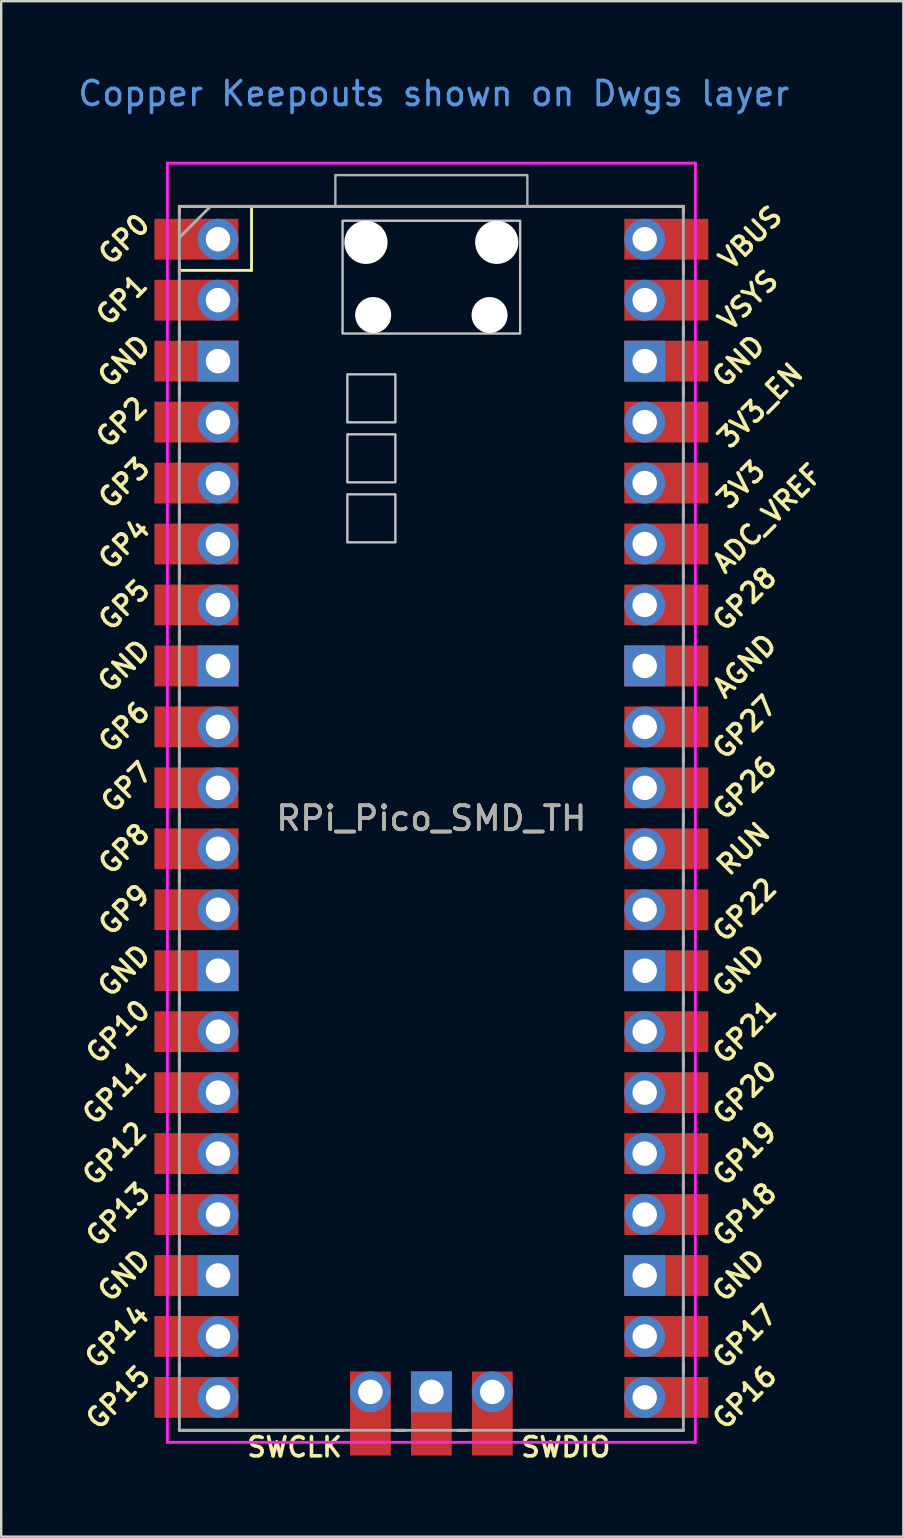
<source format=kicad_pcb>
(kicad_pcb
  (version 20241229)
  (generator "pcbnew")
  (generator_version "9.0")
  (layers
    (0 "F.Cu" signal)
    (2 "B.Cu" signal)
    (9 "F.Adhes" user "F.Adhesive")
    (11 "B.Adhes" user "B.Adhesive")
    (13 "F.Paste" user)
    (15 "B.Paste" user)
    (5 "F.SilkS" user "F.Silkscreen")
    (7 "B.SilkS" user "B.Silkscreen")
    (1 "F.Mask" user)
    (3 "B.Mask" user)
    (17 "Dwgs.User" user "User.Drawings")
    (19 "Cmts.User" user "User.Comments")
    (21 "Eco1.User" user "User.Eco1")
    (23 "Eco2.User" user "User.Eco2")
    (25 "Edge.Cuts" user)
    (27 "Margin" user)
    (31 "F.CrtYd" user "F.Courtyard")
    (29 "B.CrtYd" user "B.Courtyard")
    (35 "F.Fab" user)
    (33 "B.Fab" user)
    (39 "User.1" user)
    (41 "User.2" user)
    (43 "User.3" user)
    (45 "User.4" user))
  (footprint "RPi_Pico_SMD_TH"
    (layer "F.Cu")
    (at 14.924 31.048)
    (property "Reference" "RPi_Pico_SMD_TH" (at 0 0 0) (layer "F.SilkS") (effects (font (size 1 1) (thickness 0.15))))
    (attr through_hole)
    (fp_line (start -10.5 -25.5) (end -10.5 -25.2) (stroke (width 0.12) (type solid)) (layer "F.SilkS"))
    (fp_line (start -10.5 -25.5) (end 10.5 -25.5) (stroke (width 0.12) (type solid)) (layer "F.SilkS"))
    (fp_line (start -10.5 -23.1) (end -10.5 -22.7) (stroke (width 0.12) (type solid)) (layer "F.SilkS"))
    (fp_line (start -10.5 -22.833) (end -7.493 -22.833) (stroke (width 0.12) (type solid)) (layer "F.SilkS"))
    (fp_line (start -10.5 -20.5) (end -10.5 -20.1) (stroke (width 0.12) (type solid)) (layer "F.SilkS"))
    (fp_line (start -10.5 -18) (end -10.5 -17.6) (stroke (width 0.12) (type solid)) (layer "F.SilkS"))
    (fp_line (start -10.5 -15.4) (end -10.5 -15) (stroke (width 0.12) (type solid)) (layer "F.SilkS"))
    (fp_line (start -10.5 -12.9) (end -10.5 -12.5) (stroke (width 0.12) (type solid)) (layer "F.SilkS"))
    (fp_line (start -10.5 -10.4) (end -10.5 -10) (stroke (width 0.12) (type solid)) (layer "F.SilkS"))
    (fp_line (start -10.5 -7.8) (end -10.5 -7.4) (stroke (width 0.12) (type solid)) (layer "F.SilkS"))
    (fp_line (start -10.5 -5.3) (end -10.5 -4.9) (stroke (width 0.12) (type solid)) (layer "F.SilkS"))
    (fp_line (start -10.5 -2.7) (end -10.5 -2.3) (stroke (width 0.12) (type solid)) (layer "F.SilkS"))
    (fp_line (start -10.5 -0.2) (end -10.5 0.2) (stroke (width 0.12) (type solid)) (layer "F.SilkS"))
    (fp_line (start -10.5 2.3) (end -10.5 2.7) (stroke (width 0.12) (type solid)) (layer "F.SilkS"))
    (fp_line (start -10.5 4.9) (end -10.5 5.3) (stroke (width 0.12) (type solid)) (layer "F.SilkS"))
    (fp_line (start -10.5 7.4) (end -10.5 7.8) (stroke (width 0.12) (type solid)) (layer "F.SilkS"))
    (fp_line (start -10.5 10) (end -10.5 10.4) (stroke (width 0.12) (type solid)) (layer "F.SilkS"))
    (fp_line (start -10.5 12.5) (end -10.5 12.9) (stroke (width 0.12) (type solid)) (layer "F.SilkS"))
    (fp_line (start -10.5 15.1) (end -10.5 15.5) (stroke (width 0.12) (type solid)) (layer "F.SilkS"))
    (fp_line (start -10.5 17.6) (end -10.5 18) (stroke (width 0.12) (type solid)) (layer "F.SilkS"))
    (fp_line (start -10.5 20.1) (end -10.5 20.5) (stroke (width 0.12) (type solid)) (layer "F.SilkS"))
    (fp_line (start -10.5 22.7) (end -10.5 23.1) (stroke (width 0.12) (type solid)) (layer "F.SilkS"))
    (fp_line (start -7.493 -22.833) (end -7.493 -25.5) (stroke (width 0.12) (type solid)) (layer "F.SilkS"))
    (fp_line (start -3.7 25.5) (end -10.5 25.5) (stroke (width 0.12) (type solid)) (layer "F.SilkS"))
    (fp_line (start -1.5 25.5) (end -1.1 25.5) (stroke (width 0.12) (type solid)) (layer "F.SilkS"))
    (fp_line (start 1.1 25.5) (end 1.5 25.5) (stroke (width 0.12) (type solid)) (layer "F.SilkS"))
    (fp_line (start 10.5 -25.5) (end 10.5 -25.2) (stroke (width 0.12) (type solid)) (layer "F.SilkS"))
    (fp_line (start 10.5 -23.1) (end 10.5 -22.7) (stroke (width 0.12) (type solid)) (layer "F.SilkS"))
    (fp_line (start 10.5 -20.5) (end 10.5 -20.1) (stroke (width 0.12) (type solid)) (layer "F.SilkS"))
    (fp_line (start 10.5 -18) (end 10.5 -17.6) (stroke (width 0.12) (type solid)) (layer "F.SilkS"))
    (fp_line (start 10.5 -15.4) (end 10.5 -15) (stroke (width 0.12) (type solid)) (layer "F.SilkS"))
    (fp_line (start 10.5 -12.9) (end 10.5 -12.5) (stroke (width 0.12) (type solid)) (layer "F.SilkS"))
    (fp_line (start 10.5 -10.4) (end 10.5 -10) (stroke (width 0.12) (type solid)) (layer "F.SilkS"))
    (fp_line (start 10.5 -7.8) (end 10.5 -7.4) (stroke (width 0.12) (type solid)) (layer "F.SilkS"))
    (fp_line (start 10.5 -5.3) (end 10.5 -4.9) (stroke (width 0.12) (type solid)) (layer "F.SilkS"))
    (fp_line (start 10.5 -2.7) (end 10.5 -2.3) (stroke (width 0.12) (type solid)) (layer "F.SilkS"))
    (fp_line (start 10.5 -0.2) (end 10.5 0.2) (stroke (width 0.12) (type solid)) (layer "F.SilkS"))
    (fp_line (start 10.5 2.3) (end 10.5 2.7) (stroke (width 0.12) (type solid)) (layer "F.SilkS"))
    (fp_line (start 10.5 4.9) (end 10.5 5.3) (stroke (width 0.12) (type solid)) (layer "F.SilkS"))
    (fp_line (start 10.5 7.4) (end 10.5 7.8) (stroke (width 0.12) (type solid)) (layer "F.SilkS"))
    (fp_line (start 10.5 10) (end 10.5 10.4) (stroke (width 0.12) (type solid)) (layer "F.SilkS"))
    (fp_line (start 10.5 12.5) (end 10.5 12.9) (stroke (width 0.12) (type solid)) (layer "F.SilkS"))
    (fp_line (start 10.5 15.1) (end 10.5 15.5) (stroke (width 0.12) (type solid)) (layer "F.SilkS"))
    (fp_line (start 10.5 17.6) (end 10.5 18) (stroke (width 0.12) (type solid)) (layer "F.SilkS"))
    (fp_line (start 10.5 20.1) (end 10.5 20.5) (stroke (width 0.12) (type solid)) (layer "F.SilkS"))
    (fp_line (start 10.5 22.7) (end 10.5 23.1) (stroke (width 0.12) (type solid)) (layer "F.SilkS"))
    (fp_line (start 10.5 25.5) (end 3.7 25.5) (stroke (width 0.12) (type solid)) (layer "F.SilkS"))
    (fp_poly (pts (xy -1.5 -16.5) (xy -3.5 -16.5) (xy -3.5 -18.5) (xy -1.5 -18.5)) (stroke (width 0.1) (type solid)) (fill no) (layer "Dwgs.User"))
    (fp_poly (pts (xy -1.5 -14) (xy -3.5 -14) (xy -3.5 -16) (xy -1.5 -16)) (stroke (width 0.1) (type solid)) (fill no) (layer "Dwgs.User"))
    (fp_poly (pts (xy -1.5 -11.5) (xy -3.5 -11.5) (xy -3.5 -13.5) (xy -1.5 -13.5)) (stroke (width 0.1) (type solid)) (fill no) (layer "Dwgs.User"))
    (fp_poly (pts (xy 3.7 -20.2) (xy -3.7 -20.2) (xy -3.7 -24.9) (xy 3.7 -24.9)) (stroke (width 0.1) (type solid)) (fill no) (layer "Dwgs.User"))
    (fp_line (start -11 -27.3) (end 11 -27.3) (stroke (width 0.12) (type solid)) (layer "F.CrtYd"))
    (fp_line (start -11 26) (end -11 -27.3) (stroke (width 0.12) (type solid)) (layer "F.CrtYd"))
    (fp_line (start 11 -27.3) (end 11 26) (stroke (width 0.12) (type solid)) (layer "F.CrtYd"))
    (fp_line (start 11 26) (end -11 26) (stroke (width 0.12) (type solid)) (layer "F.CrtYd"))
    (fp_line (start -10.5 -25.5) (end 10.5 -25.5) (stroke (width 0.12) (type solid)) (layer "F.Fab"))
    (fp_line (start -10.5 -24.2) (end -9.2 -25.5) (stroke (width 0.12) (type solid)) (layer "F.Fab"))
    (fp_line (start -10.5 25.5) (end -10.5 -25.5) (stroke (width 0.12) (type solid)) (layer "F.Fab"))
    (fp_line (start 10.5 -25.5) (end 10.5 25.5) (stroke (width 0.12) (type solid)) (layer "F.Fab"))
    (fp_line (start 10.5 25.5) (end -10.5 25.5) (stroke (width 0.12) (type solid)) (layer "F.Fab"))
    (fp_rect (start -4 -26.8) (end 4 -25.5) (stroke (width 0.1) (type default)) (fill no) (layer "F.Fab"))
    (fp_text user "GP27" (at 13.054 -3.8 45) (layer "F.SilkS") (effects (font (size 0.8 0.8) (thickness 0.15))))
    (fp_text user "GND" (at 12.8 6.35 45) (layer "F.SilkS") (effects (font (size 0.8 0.8) (thickness 0.15))))
    (fp_text user "GP5" (at -12.8 -8.89 45) (layer "F.SilkS") (effects (font (size 0.8 0.8) (thickness 0.15))))
    (fp_text user "GP16" (at 13.054 24.13 45) (layer "F.SilkS") (effects (font (size 0.8 0.8) (thickness 0.15))))
    (fp_text user "GND" (at 12.8 -19.05 45) (layer "F.SilkS") (effects (font (size 0.8 0.8) (thickness 0.15))))
    (fp_text user "GND" (at -12.8 6.35 45) (layer "F.SilkS") (effects (font (size 0.8 0.8) (thickness 0.15))))
    (fp_text user "RUN" (at 13 1.27 45) (layer "F.SilkS") (effects (font (size 0.8 0.8) (thickness 0.15))))
    (fp_text user "GP11" (at -13.2 11.43 45) (layer "F.SilkS") (effects (font (size 0.8 0.8) (thickness 0.15))))
    (fp_text user "AGND" (at 13.054 -6.35 45) (layer "F.SilkS") (effects (font (size 0.8 0.8) (thickness 0.15))))
    (fp_text user "GP10" (at -13.054 8.89 45) (layer "F.SilkS") (effects (font (size 0.8 0.8) (thickness 0.15))))
    (fp_text user "GP1" (at -12.9 -21.6 45) (layer "F.SilkS") (effects (font (size 0.8 0.8) (thickness 0.15))))
    (fp_text user "GP12" (at -13.2 13.97 45) (layer "F.SilkS") (effects (font (size 0.8 0.8) (thickness 0.15))))
    (fp_text user "GND" (at -12.8 19.05 45) (layer "F.SilkS") (effects (font (size 0.8 0.8) (thickness 0.15))))
    (fp_text user "SWDIO" (at 5.6 26.2 0) (layer "F.SilkS") (effects (font (size 0.8 0.8) (thickness 0.15))))
    (fp_text user "GP7" (at -12.7 -1.3 45) (layer "F.SilkS") (effects (font (size 0.8 0.8) (thickness 0.15))))
    (fp_text user "GP18" (at 13.054 16.51 45) (layer "F.SilkS") (effects (font (size 0.8 0.8) (thickness 0.15))))
    (fp_text user "3V3" (at 12.9 -13.9 45) (layer "F.SilkS") (effects (font (size 0.8 0.8) (thickness 0.15))))
    (fp_text user "GP17" (at 13.054 21.59 45) (layer "F.SilkS") (effects (font (size 0.8 0.8) (thickness 0.15))))
    (fp_text user "GP4" (at -12.8 -11.43 45) (layer "F.SilkS") (effects (font (size 0.8 0.8) (thickness 0.15))))
    (fp_text user "GP6" (at -12.8 -3.81 45) (layer "F.SilkS") (effects (font (size 0.8 0.8) (thickness 0.15))))
    (fp_text user "GP28" (at 13.054 -9.144 45) (layer "F.SilkS") (effects (font (size 0.8 0.8) (thickness 0.15))))
    (fp_text user "ADC_VREF" (at 14 -12.5 45) (layer "F.SilkS") (effects (font (size 0.8 0.8) (thickness 0.15))))
    (fp_text user "VBUS" (at 13.3 -24.2 45) (layer "F.SilkS") (effects (font (size 0.8 0.8) (thickness 0.15))))
    (fp_text user "GP14" (at -13.1 21.59 45) (layer "F.SilkS") (effects (font (size 0.8 0.8) (thickness 0.15))))
    (fp_text user "GP9" (at -12.8 3.81 45) (layer "F.SilkS") (effects (font (size 0.8 0.8) (thickness 0.15))))
    (fp_text user "GP0" (at -12.8 -24.13 45) (layer "F.SilkS") (effects (font (size 0.8 0.8) (thickness 0.15))))
    (fp_text user "GND" (at 12.8 19.05 45) (layer "F.SilkS") (effects (font (size 0.8 0.8) (thickness 0.15))))
    (fp_text user "GND" (at -12.8 -19.05 45) (layer "F.SilkS") (effects (font (size 0.8 0.8) (thickness 0.15))))
    (fp_text user "GND" (at -12.8 -6.35 45) (layer "F.SilkS") (effects (font (size 0.8 0.8) (thickness 0.15))))
    (fp_text user "GP20" (at 13.054 11.43 45) (layer "F.SilkS") (effects (font (size 0.8 0.8) (thickness 0.15))))
    (fp_text user "3V3_EN" (at 13.7 -17.2 45) (layer "F.SilkS") (effects (font (size 0.8 0.8) (thickness 0.15))))
    (fp_text user "GP22" (at 13.054 3.81 45) (layer "F.SilkS") (effects (font (size 0.8 0.8) (thickness 0.15))))
    (fp_text user "GP13" (at -13.054 16.51 45) (layer "F.SilkS") (effects (font (size 0.8 0.8) (thickness 0.15))))
    (fp_text user "SWCLK" (at -5.7 26.2 0) (layer "F.SilkS") (effects (font (size 0.8 0.8) (thickness 0.15))))
    (fp_text user "GP19" (at 13.054 13.97 45) (layer "F.SilkS") (effects (font (size 0.8 0.8) (thickness 0.15))))
    (fp_text user "GP8" (at -12.8 1.27 45) (layer "F.SilkS") (effects (font (size 0.8 0.8) (thickness 0.15))))
    (fp_text user "GP3" (at -12.8 -13.97 45) (layer "F.SilkS") (effects (font (size 0.8 0.8) (thickness 0.15))))
    (fp_text user "VSYS" (at 13.2 -21.59 45) (layer "F.SilkS") (effects (font (size 0.8 0.8) (thickness 0.15))))
    (fp_text user "GP26" (at 13.054 -1.27 45) (layer "F.SilkS") (effects (font (size 0.8 0.8) (thickness 0.15))))
    (fp_text user "GP21" (at 13.054 8.9 45) (layer "F.SilkS") (effects (font (size 0.8 0.8) (thickness 0.15))))
    (fp_text user "GP2" (at -12.9 -16.51 45) (layer "F.SilkS") (effects (font (size 0.8 0.8) (thickness 0.15))))
    (fp_text user "GP15" (at -13.054 24.13 45) (layer "F.SilkS") (effects (font (size 0.8 0.8) (thickness 0.15))))
    (fp_text user "Copper Keepouts shown on Dwgs layer" (at 0.1 -30.2 0) (layer "Cmts.User") (effects (font (size 1 1) (thickness 0.15))))
    (fp_text user "${REFERENCE}" (at 0 0 180) (layer "F.Fab") (effects (font (size 1 1) (thickness 0.15))))
    (pad "" np_thru_hole oval (at -2.725 -24) (size 1.8 1.8) (drill 1.8) (layers "*.Cu" "*.Mask"))
    (pad "" np_thru_hole oval (at -2.425 -20.97) (size 1.5 1.5) (drill 1.5) (layers "*.Cu" "*.Mask"))
    (pad "" np_thru_hole oval (at 2.425 -20.97) (size 1.5 1.5) (drill 1.5) (layers "*.Cu" "*.Mask"))
    (pad "" np_thru_hole oval (at 2.725 -24) (size 1.8 1.8) (drill 1.8) (layers "*.Cu" "*.Mask"))
    (pad "1" thru_hole oval (at -8.89 -24.13) (size 1.7 1.7) (drill 1.02) (layers "*.Cu" "*.Mask"))
    (pad "1" smd rect (at -8.89 -24.13) (size 3.5 1.7) (drill (offset -0.9 0)) (layers "F.Cu" "F.Mask"))
    (pad "2" thru_hole oval (at -8.89 -21.59) (size 1.7 1.7) (drill 1.02) (layers "*.Cu" "*.Mask"))
    (pad "2" smd rect (at -8.89 -21.59) (size 3.5 1.7) (drill (offset -0.9 0)) (layers "F.Cu" "F.Mask"))
    (pad "3" thru_hole rect (at -8.89 -19.05) (size 1.7 1.7) (drill 1.02) (layers "*.Cu" "*.Mask"))
    (pad "3" smd rect (at -8.89 -19.05) (size 3.5 1.7) (drill (offset -0.9 0)) (layers "F.Cu" "F.Mask"))
    (pad "4" thru_hole oval (at -8.89 -16.51) (size 1.7 1.7) (drill 1.02) (layers "*.Cu" "*.Mask"))
    (pad "4" smd rect (at -8.89 -16.51) (size 3.5 1.7) (drill (offset -0.9 0)) (layers "F.Cu" "F.Mask"))
    (pad "5" thru_hole oval (at -8.89 -13.97) (size 1.7 1.7) (drill 1.02) (layers "*.Cu" "*.Mask"))
    (pad "5" smd rect (at -8.89 -13.97) (size 3.5 1.7) (drill (offset -0.9 0)) (layers "F.Cu" "F.Mask"))
    (pad "6" thru_hole oval (at -8.89 -11.43) (size 1.7 1.7) (drill 1.02) (layers "*.Cu" "*.Mask"))
    (pad "6" smd rect (at -8.89 -11.43) (size 3.5 1.7) (drill (offset -0.9 0)) (layers "F.Cu" "F.Mask"))
    (pad "7" thru_hole oval (at -8.89 -8.89) (size 1.7 1.7) (drill 1.02) (layers "*.Cu" "*.Mask"))
    (pad "7" smd rect (at -8.89 -8.89) (size 3.5 1.7) (drill (offset -0.9 0)) (layers "F.Cu" "F.Mask"))
    (pad "8" thru_hole rect (at -8.89 -6.35) (size 1.7 1.7) (drill 1.02) (layers "*.Cu" "*.Mask"))
    (pad "8" smd rect (at -8.89 -6.35) (size 3.5 1.7) (drill (offset -0.9 0)) (layers "F.Cu" "F.Mask"))
    (pad "9" thru_hole oval (at -8.89 -3.81) (size 1.7 1.7) (drill 1.02) (layers "*.Cu" "*.Mask"))
    (pad "9" smd rect (at -8.89 -3.81) (size 3.5 1.7) (drill (offset -0.9 0)) (layers "F.Cu" "F.Mask"))
    (pad "10" thru_hole oval (at -8.89 -1.27) (size 1.7 1.7) (drill 1.02) (layers "*.Cu" "*.Mask"))
    (pad "10" smd rect (at -8.89 -1.27) (size 3.5 1.7) (drill (offset -0.9 0)) (layers "F.Cu" "F.Mask"))
    (pad "11" thru_hole oval (at -8.89 1.27) (size 1.7 1.7) (drill 1.02) (layers "*.Cu" "*.Mask"))
    (pad "11" smd rect (at -8.89 1.27) (size 3.5 1.7) (drill (offset -0.9 0)) (layers "F.Cu" "F.Mask"))
    (pad "12" thru_hole oval (at -8.89 3.81) (size 1.7 1.7) (drill 1.02) (layers "*.Cu" "*.Mask"))
    (pad "12" smd rect (at -8.89 3.81) (size 3.5 1.7) (drill (offset -0.9 0)) (layers "F.Cu" "F.Mask"))
    (pad "13" thru_hole rect (at -8.89 6.35) (size 1.7 1.7) (drill 1.02) (layers "*.Cu" "*.Mask"))
    (pad "13" smd rect (at -8.89 6.35) (size 3.5 1.7) (drill (offset -0.9 0)) (layers "F.Cu" "F.Mask"))
    (pad "14" thru_hole oval (at -8.89 8.89) (size 1.7 1.7) (drill 1.02) (layers "*.Cu" "*.Mask"))
    (pad "14" smd rect (at -8.89 8.89) (size 3.5 1.7) (drill (offset -0.9 0)) (layers "F.Cu" "F.Mask"))
    (pad "15" thru_hole oval (at -8.89 11.43) (size 1.7 1.7) (drill 1.02) (layers "*.Cu" "*.Mask"))
    (pad "15" smd rect (at -8.89 11.43) (size 3.5 1.7) (drill (offset -0.9 0)) (layers "F.Cu" "F.Mask"))
    (pad "16" thru_hole oval (at -8.89 13.97) (size 1.7 1.7) (drill 1.02) (layers "*.Cu" "*.Mask"))
    (pad "16" smd rect (at -8.89 13.97) (size 3.5 1.7) (drill (offset -0.9 0)) (layers "F.Cu" "F.Mask"))
    (pad "17" thru_hole oval (at -8.89 16.51) (size 1.7 1.7) (drill 1.02) (layers "*.Cu" "*.Mask"))
    (pad "17" smd rect (at -8.89 16.51) (size 3.5 1.7) (drill (offset -0.9 0)) (layers "F.Cu" "F.Mask"))
    (pad "18" thru_hole rect (at -8.89 19.05) (size 1.7 1.7) (drill 1.02) (layers "*.Cu" "*.Mask"))
    (pad "18" smd rect (at -8.89 19.05) (size 3.5 1.7) (drill (offset -0.9 0)) (layers "F.Cu" "F.Mask"))
    (pad "19" thru_hole oval (at -8.89 21.59) (size 1.7 1.7) (drill 1.02) (layers "*.Cu" "*.Mask"))
    (pad "19" smd rect (at -8.89 21.59) (size 3.5 1.7) (drill (offset -0.9 0)) (layers "F.Cu" "F.Mask"))
    (pad "20" thru_hole oval (at -8.89 24.13) (size 1.7 1.7) (drill 1.02) (layers "*.Cu" "*.Mask"))
    (pad "20" smd rect (at -8.89 24.13) (size 3.5 1.7) (drill (offset -0.9 0)) (layers "F.Cu" "F.Mask"))
    (pad "21" thru_hole oval (at 8.89 24.13) (size 1.7 1.7) (drill 1.02) (layers "*.Cu" "*.Mask"))
    (pad "21" smd rect (at 8.89 24.13) (size 3.5 1.7) (drill (offset 0.9 0)) (layers "F.Cu" "F.Mask"))
    (pad "22" thru_hole oval (at 8.89 21.59) (size 1.7 1.7) (drill 1.02) (layers "*.Cu" "*.Mask"))
    (pad "22" smd rect (at 8.89 21.59) (size 3.5 1.7) (drill (offset 0.9 0)) (layers "F.Cu" "F.Mask"))
    (pad "23" thru_hole rect (at 8.89 19.05) (size 1.7 1.7) (drill 1.02) (layers "*.Cu" "*.Mask"))
    (pad "23" smd rect (at 8.89 19.05) (size 3.5 1.7) (drill (offset 0.9 0)) (layers "F.Cu" "F.Mask"))
    (pad "24" thru_hole oval (at 8.89 16.51) (size 1.7 1.7) (drill 1.02) (layers "*.Cu" "*.Mask"))
    (pad "24" smd rect (at 8.89 16.51) (size 3.5 1.7) (drill (offset 0.9 0)) (layers "F.Cu" "F.Mask"))
    (pad "25" thru_hole oval (at 8.89 13.97) (size 1.7 1.7) (drill 1.02) (layers "*.Cu" "*.Mask"))
    (pad "25" smd rect (at 8.89 13.97) (size 3.5 1.7) (drill (offset 0.9 0)) (layers "F.Cu" "F.Mask"))
    (pad "26" thru_hole oval (at 8.89 11.43) (size 1.7 1.7) (drill 1.02) (layers "*.Cu" "*.Mask"))
    (pad "26" smd rect (at 8.89 11.43) (size 3.5 1.7) (drill (offset 0.9 0)) (layers "F.Cu" "F.Mask"))
    (pad "27" thru_hole oval (at 8.89 8.89) (size 1.7 1.7) (drill 1.02) (layers "*.Cu" "*.Mask"))
    (pad "27" smd rect (at 8.89 8.89) (size 3.5 1.7) (drill (offset 0.9 0)) (layers "F.Cu" "F.Mask"))
    (pad "28" thru_hole rect (at 8.89 6.35) (size 1.7 1.7) (drill 1.02) (layers "*.Cu" "*.Mask"))
    (pad "28" smd rect (at 8.89 6.35) (size 3.5 1.7) (drill (offset 0.9 0)) (layers "F.Cu" "F.Mask"))
    (pad "29" thru_hole oval (at 8.89 3.81) (size 1.7 1.7) (drill 1.02) (layers "*.Cu" "*.Mask"))
    (pad "29" smd rect (at 8.89 3.81) (size 3.5 1.7) (drill (offset 0.9 0)) (layers "F.Cu" "F.Mask"))
    (pad "30" thru_hole oval (at 8.89 1.27) (size 1.7 1.7) (drill 1.02) (layers "*.Cu" "*.Mask"))
    (pad "30" smd rect (at 8.89 1.27) (size 3.5 1.7) (drill (offset 0.9 0)) (layers "F.Cu" "F.Mask"))
    (pad "31" thru_hole oval (at 8.89 -1.27) (size 1.7 1.7) (drill 1.02) (layers "*.Cu" "*.Mask"))
    (pad "31" smd rect (at 8.89 -1.27) (size 3.5 1.7) (drill (offset 0.9 0)) (layers "F.Cu" "F.Mask"))
    (pad "32" thru_hole oval (at 8.89 -3.81) (size 1.7 1.7) (drill 1.02) (layers "*.Cu" "*.Mask"))
    (pad "32" smd rect (at 8.89 -3.81) (size 3.5 1.7) (drill (offset 0.9 0)) (layers "F.Cu" "F.Mask"))
    (pad "33" thru_hole rect (at 8.89 -6.35) (size 1.7 1.7) (drill 1.02) (layers "*.Cu" "*.Mask"))
    (pad "33" smd rect (at 8.89 -6.35) (size 3.5 1.7) (drill (offset 0.9 0)) (layers "F.Cu" "F.Mask"))
    (pad "34" thru_hole oval (at 8.89 -8.89) (size 1.7 1.7) (drill 1.02) (layers "*.Cu" "*.Mask"))
    (pad "34" smd rect (at 8.89 -8.89) (size 3.5 1.7) (drill (offset 0.9 0)) (layers "F.Cu" "F.Mask"))
    (pad "35" thru_hole oval (at 8.89 -11.43) (size 1.7 1.7) (drill 1.02) (layers "*.Cu" "*.Mask"))
    (pad "35" smd rect (at 8.89 -11.43) (size 3.5 1.7) (drill (offset 0.9 0)) (layers "F.Cu" "F.Mask"))
    (pad "36" thru_hole oval (at 8.89 -13.97) (size 1.7 1.7) (drill 1.02) (layers "*.Cu" "*.Mask"))
    (pad "36" smd rect (at 8.89 -13.97) (size 3.5 1.7) (drill (offset 0.9 0)) (layers "F.Cu" "F.Mask"))
    (pad "37" thru_hole oval (at 8.89 -16.51) (size 1.7 1.7) (drill 1.02) (layers "*.Cu" "*.Mask"))
    (pad "37" smd rect (at 8.89 -16.51) (size 3.5 1.7) (drill (offset 0.9 0)) (layers "F.Cu" "F.Mask"))
    (pad "38" thru_hole rect (at 8.89 -19.05) (size 1.7 1.7) (drill 1.02) (layers "*.Cu" "*.Mask"))
    (pad "38" smd rect (at 8.89 -19.05) (size 3.5 1.7) (drill (offset 0.9 0)) (layers "F.Cu" "F.Mask"))
    (pad "39" thru_hole oval (at 8.89 -21.59) (size 1.7 1.7) (drill 1.02) (layers "*.Cu" "*.Mask"))
    (pad "39" smd rect (at 8.89 -21.59) (size 3.5 1.7) (drill (offset 0.9 0)) (layers "F.Cu" "F.Mask"))
    (pad "40" thru_hole oval (at 8.89 -24.13) (size 1.7 1.7) (drill 1.02) (layers "*.Cu" "*.Mask"))
    (pad "40" smd rect (at 8.89 -24.13) (size 3.5 1.7) (drill (offset 0.9 0)) (layers "F.Cu" "F.Mask"))
    (pad "41" thru_hole oval (at -2.54 23.9) (size 1.7 1.7) (drill 1.02) (layers "*.Cu" "*.Mask"))
    (pad "41" smd rect (at -2.54 23.9 90) (size 3.5 1.7) (drill (offset -0.9 0)) (layers "F.Cu" "F.Mask"))
    (pad "42" thru_hole rect (at 0 23.9) (size 1.7 1.7) (drill 1.02) (layers "*.Cu" "*.Mask"))
    (pad "42" smd rect (at 0 23.9 90) (size 3.5 1.7) (drill (offset -0.9 0)) (layers "F.Cu" "F.Mask"))
    (pad "43" thru_hole oval (at 2.54 23.9) (size 1.7 1.7) (drill 1.02) (layers "*.Cu" "*.Mask"))
    (pad "43" smd rect (at 2.54 23.9 90) (size 3.5 1.7) (drill (offset -0.9 0)) (layers "F.Cu" "F.Mask")))
  (gr_rect
    (start -3 -3)
    (end 34.591 60.98)
    (stroke (width 0.1) (type default))
    (fill no)
    (layer "Edge.Cuts")))
</source>
